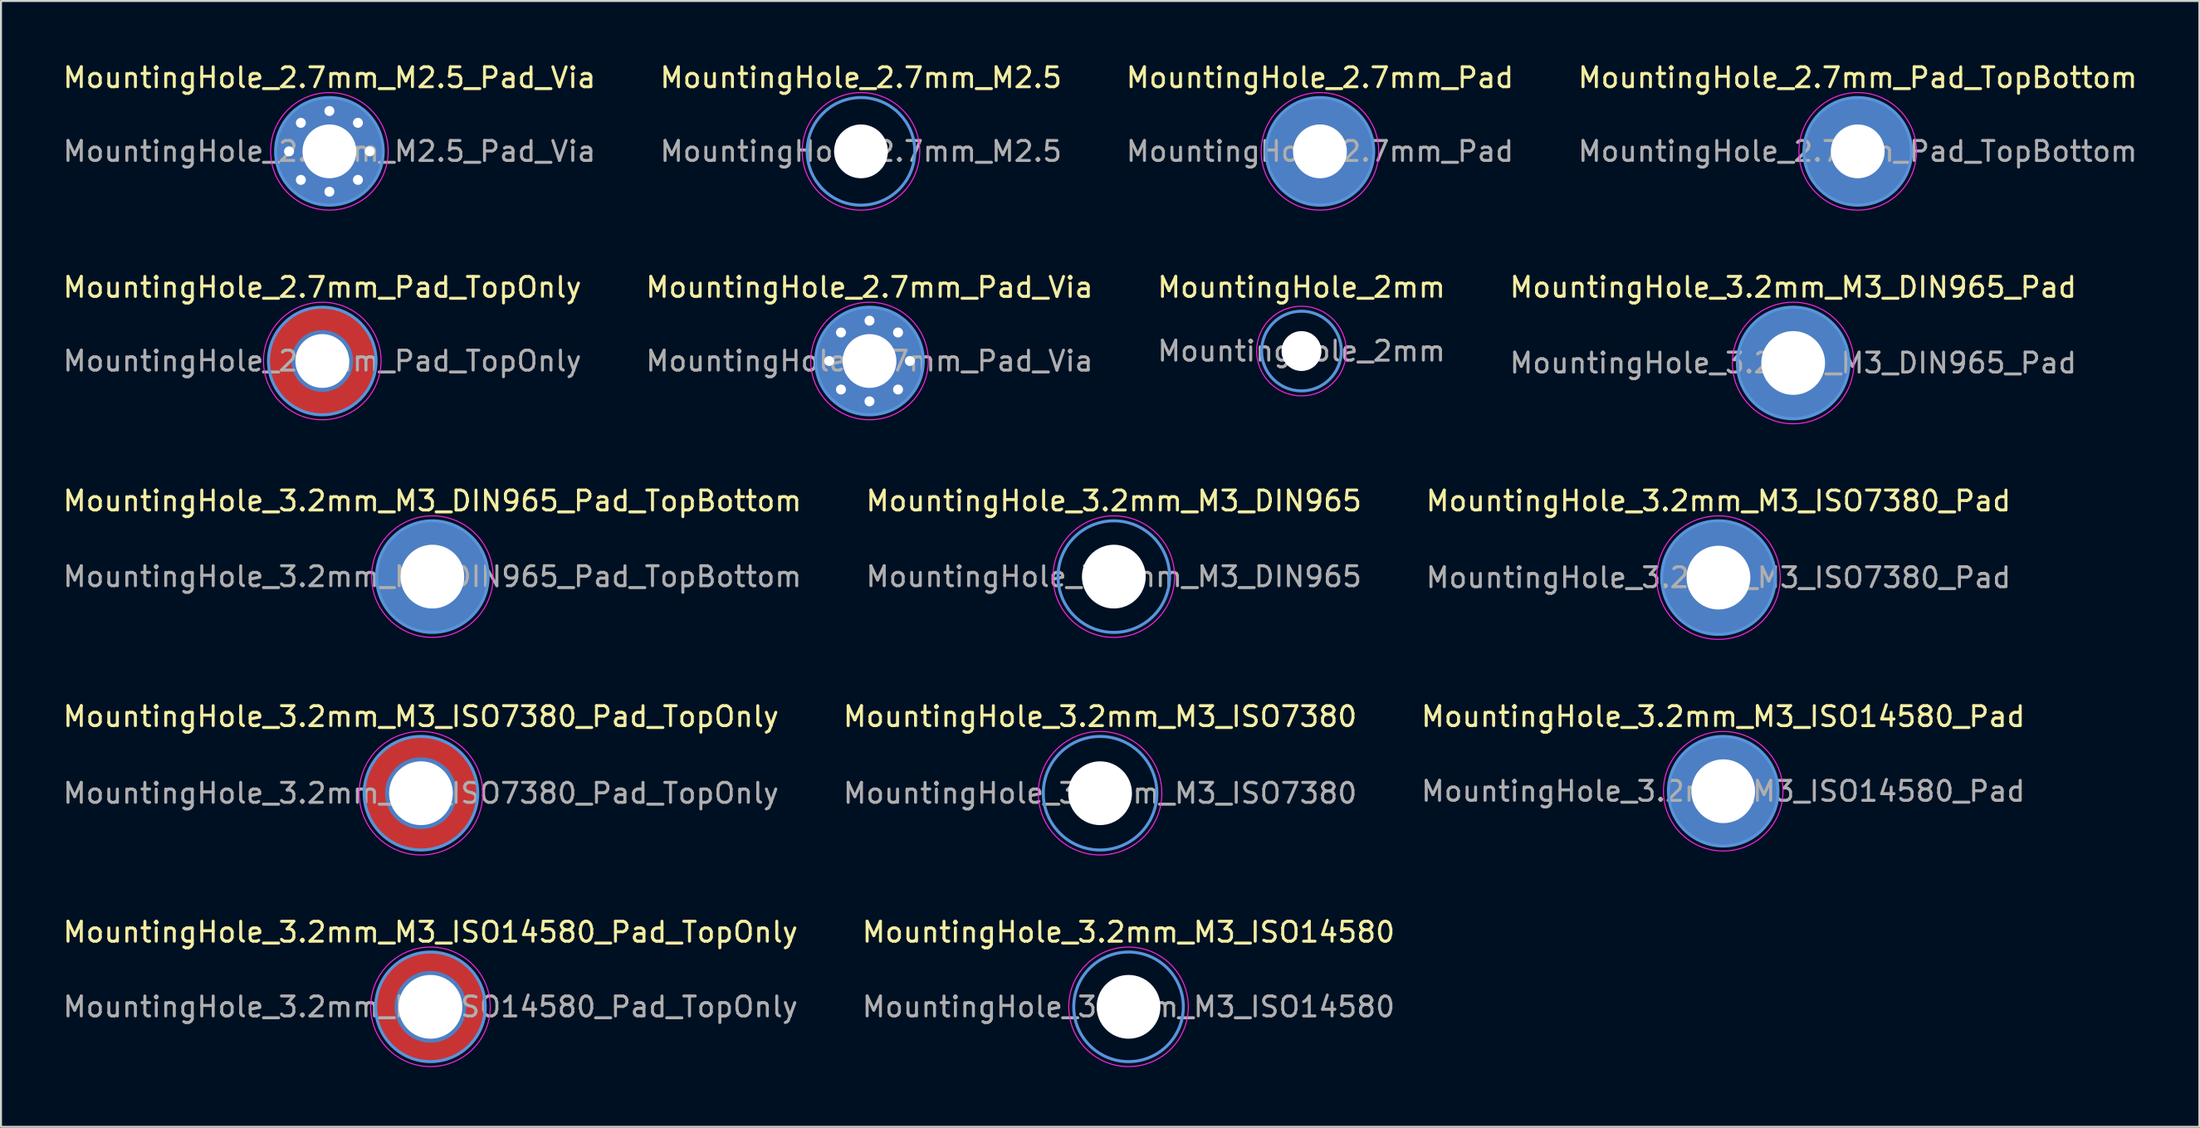
<source format=kicad_pcb>
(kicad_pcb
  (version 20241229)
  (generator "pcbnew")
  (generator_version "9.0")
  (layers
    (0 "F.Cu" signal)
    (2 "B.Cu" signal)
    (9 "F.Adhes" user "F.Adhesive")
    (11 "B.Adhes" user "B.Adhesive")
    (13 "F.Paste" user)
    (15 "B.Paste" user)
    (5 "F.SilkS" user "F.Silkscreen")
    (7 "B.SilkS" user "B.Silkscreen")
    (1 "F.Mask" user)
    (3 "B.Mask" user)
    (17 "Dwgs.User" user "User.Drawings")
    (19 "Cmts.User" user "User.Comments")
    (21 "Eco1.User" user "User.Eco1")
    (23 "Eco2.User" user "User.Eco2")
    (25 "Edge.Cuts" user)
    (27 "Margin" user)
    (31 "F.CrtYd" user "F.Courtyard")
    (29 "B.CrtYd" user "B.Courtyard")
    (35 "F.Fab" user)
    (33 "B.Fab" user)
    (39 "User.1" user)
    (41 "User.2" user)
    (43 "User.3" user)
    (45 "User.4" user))
  (footprint "MountingHole_3.2mm_M3_ISO7380_Pad_TopOnly"
    (layer "F.Cu")
    (at 18.077 36.768)
    (property "Reference" "MountingHole_3.2mm_M3_ISO7380_Pad_TopOnly" (at 0 -3.85 0) (layer "F.SilkS") (effects (font (size 1 1) (thickness 0.15))))
    (attr exclude_from_pos_files exclude_from_bom)
    (fp_circle (center 0 0) (end 2.85 0) (stroke (width 0.15) (type solid)) (fill no) (layer "Cmts.User"))
    (fp_circle (center 0 0) (end 3.1 0) (stroke (width 0.05) (type solid)) (fill no) (layer "F.CrtYd"))
    (fp_text user "${REFERENCE}" (at 0 0 0) (layer "F.Fab") (effects (font (size 1 1) (thickness 0.15))))
    (pad "1" thru_hole circle (at 0 0) (size 3.6 3.6) (drill 3.2) (layers "*.Cu" "*.Mask"))
    (pad "1" connect circle (at 0 0) (size 5.7 5.7) (layers "F.Cu" "F.Mask")))
  (footprint "MountingHole_2.7mm_Pad_Via"
    (layer "F.Cu")
    (at 40.589 15.072)
    (property "Reference" "MountingHole_2.7mm_Pad_Via" (at 0 -3.7 0) (layer "F.SilkS") (effects (font (size 1 1) (thickness 0.15))))
    (attr exclude_from_pos_files exclude_from_bom)
    (fp_circle (center 0 0) (end 2.7 0) (stroke (width 0.15) (type solid)) (fill no) (layer "Cmts.User"))
    (fp_circle (center 0 0) (end 2.95 0) (stroke (width 0.05) (type solid)) (fill no) (layer "F.CrtYd"))
    (fp_text user "${REFERENCE}" (at 0 0 0) (layer "F.Fab") (effects (font (size 1 1) (thickness 0.15))))
    (pad "1" thru_hole circle (at -2.025 0) (size 0.8 0.8) (drill 0.5) (layers "*.Cu" "*.Mask"))
    (pad "1" thru_hole circle (at -1.432 -1.432) (size 0.8 0.8) (drill 0.5) (layers "*.Cu" "*.Mask"))
    (pad "1" thru_hole circle (at -1.432 1.432) (size 0.8 0.8) (drill 0.5) (layers "*.Cu" "*.Mask"))
    (pad "1" thru_hole circle (at 0 -2.025) (size 0.8 0.8) (drill 0.5) (layers "*.Cu" "*.Mask"))
    (pad "1" thru_hole circle (at 0 0) (size 5.4 5.4) (drill 2.7) (layers "*.Cu" "*.Mask"))
    (pad "1" thru_hole circle (at 0 2.025) (size 0.8 0.8) (drill 0.5) (layers "*.Cu" "*.Mask"))
    (pad "1" thru_hole circle (at 1.432 -1.432) (size 0.8 0.8) (drill 0.5) (layers "*.Cu" "*.Mask"))
    (pad "1" thru_hole circle (at 1.432 1.432) (size 0.8 0.8) (drill 0.5) (layers "*.Cu" "*.Mask"))
    (pad "1" thru_hole circle (at 2.025 0) (size 0.8 0.8) (drill 0.5) (layers "*.Cu" "*.Mask")))
  (footprint "MountingHole_3.2mm_M3_DIN965_Pad_TopBottom"
    (layer "F.Cu")
    (at 18.649 25.895)
    (property "Reference" "MountingHole_3.2mm_M3_DIN965_Pad_TopBottom" (at 0 -3.8 0) (layer "F.SilkS") (effects (font (size 1 1) (thickness 0.15))))
    (attr exclude_from_pos_files exclude_from_bom)
    (fp_circle (center 0 0) (end 2.8 0) (stroke (width 0.15) (type solid)) (fill no) (layer "Cmts.User"))
    (fp_circle (center 0 0) (end 3.05 0) (stroke (width 0.05) (type solid)) (fill no) (layer "F.CrtYd"))
    (fp_text user "${REFERENCE}" (at 0 0 0) (layer "F.Fab") (effects (font (size 1 1) (thickness 0.15))))
    (pad "1" thru_hole circle (at 0 0) (size 3.6 3.6) (drill 3.2) (layers "*.Cu" "*.Mask"))
    (pad "1" connect circle (at 0 0) (size 5.6 5.6) (layers "F.Cu" "F.Mask"))
    (pad "1" connect circle (at 0 0) (size 5.6 5.6) (layers "B.Cu" "B.Mask")))
  (footprint "MountingHole_3.2mm_M3_ISO14580_Pad"
    (layer "F.Cu")
    (at 83.435 36.668)
    (property "Reference" "MountingHole_3.2mm_M3_ISO14580_Pad" (at 0 -3.75 0) (layer "F.SilkS") (effects (font (size 1 1) (thickness 0.15))))
    (attr exclude_from_pos_files exclude_from_bom)
    (fp_circle (center 0 0) (end 2.75 0) (stroke (width 0.15) (type solid)) (fill no) (layer "Cmts.User"))
    (fp_circle (center 0 0) (end 3 0) (stroke (width 0.05) (type solid)) (fill no) (layer "F.CrtYd"))
    (fp_text user "${REFERENCE}" (at 0 0 0) (layer "F.Fab") (effects (font (size 1 1) (thickness 0.15))))
    (pad "1" thru_hole circle (at 0 0) (size 5.5 5.5) (drill 3.2) (layers "*.Cu" "*.Mask")))
  (footprint "MountingHole_3.2mm_M3_ISO7380"
    (layer "F.Cu")
    (at 52.161 36.768)
    (property "Reference" "MountingHole_3.2mm_M3_ISO7380" (at 0 -3.85 0) (layer "F.SilkS") (effects (font (size 1 1) (thickness 0.15))))
    (attr exclude_from_pos_files exclude_from_bom)
    (fp_circle (center 0 0) (end 2.85 0) (stroke (width 0.15) (type solid)) (fill no) (layer "Cmts.User"))
    (fp_circle (center 0 0) (end 3.1 0) (stroke (width 0.05) (type solid)) (fill no) (layer "F.CrtYd"))
    (fp_text user "${REFERENCE}" (at 0 0 0) (layer "F.Fab") (effects (font (size 1 1) (thickness 0.15))))
    (pad "" np_thru_hole circle (at 0 0) (size 3.2 3.2) (drill 3.2) (layers "*.Cu" "*.Mask")))
  (footprint "MountingHole_2.7mm_M2.5"
    (layer "F.Cu")
    (at 40.161 4.548)
    (property "Reference" "MountingHole_2.7mm_M2.5" (at 0 -3.7 0) (layer "F.SilkS") (effects (font (size 1 1) (thickness 0.15))))
    (attr exclude_from_pos_files exclude_from_bom)
    (fp_circle (center 0 0) (end 2.7 0) (stroke (width 0.15) (type solid)) (fill no) (layer "Cmts.User"))
    (fp_circle (center 0 0) (end 2.95 0) (stroke (width 0.05) (type solid)) (fill no) (layer "F.CrtYd"))
    (fp_text user "${REFERENCE}" (at 0 0 0) (layer "F.Fab") (effects (font (size 1 1) (thickness 0.15))))
    (pad "" np_thru_hole circle (at 0 0) (size 2.7 2.7) (drill 2.7) (layers "*.Cu" "*.Mask")))
  (footprint "MountingHole_2.7mm_Pad_TopOnly"
    (layer "F.Cu")
    (at 13.125 15.072)
    (property "Reference" "MountingHole_2.7mm_Pad_TopOnly" (at 0 -3.7 0) (layer "F.SilkS") (effects (font (size 1 1) (thickness 0.15))))
    (attr exclude_from_pos_files exclude_from_bom)
    (fp_circle (center 0 0) (end 2.7 0) (stroke (width 0.15) (type solid)) (fill no) (layer "Cmts.User"))
    (fp_circle (center 0 0) (end 2.95 0) (stroke (width 0.05) (type solid)) (fill no) (layer "F.CrtYd"))
    (fp_text user "${REFERENCE}" (at 0 0 0) (layer "F.Fab") (effects (font (size 1 1) (thickness 0.15))))
    (pad "1" thru_hole circle (at 0 0) (size 3.1 3.1) (drill 2.7) (layers "*.Cu" "*.Mask"))
    (pad "1" connect circle (at 0 0) (size 5.4 5.4) (layers "F.Cu" "F.Mask")))
  (footprint "MountingHole_3.2mm_M3_ISO14580_Pad_TopOnly"
    (layer "F.Cu")
    (at 18.554 47.491)
    (property "Reference" "MountingHole_3.2mm_M3_ISO14580_Pad_TopOnly" (at 0 -3.75 0) (layer "F.SilkS") (effects (font (size 1 1) (thickness 0.15))))
    (attr exclude_from_pos_files exclude_from_bom)
    (fp_circle (center 0 0) (end 2.75 0) (stroke (width 0.15) (type solid)) (fill no) (layer "Cmts.User"))
    (fp_circle (center 0 0) (end 3 0) (stroke (width 0.05) (type solid)) (fill no) (layer "F.CrtYd"))
    (fp_text user "${REFERENCE}" (at 0 0 0) (layer "F.Fab") (effects (font (size 1 1) (thickness 0.15))))
    (pad "1" thru_hole circle (at 0 0) (size 3.6 3.6) (drill 3.2) (layers "*.Cu" "*.Mask"))
    (pad "1" connect circle (at 0 0) (size 5.5 5.5) (layers "F.Cu" "F.Mask")))
  (footprint "MountingHole_2.7mm_Pad_TopBottom"
    (layer "F.Cu")
    (at 90.185 4.548)
    (property "Reference" "MountingHole_2.7mm_Pad_TopBottom" (at 0 -3.7 0) (layer "F.SilkS") (effects (font (size 1 1) (thickness 0.15))))
    (attr exclude_from_pos_files exclude_from_bom)
    (fp_circle (center 0 0) (end 2.7 0) (stroke (width 0.15) (type solid)) (fill no) (layer "Cmts.User"))
    (fp_circle (center 0 0) (end 2.95 0) (stroke (width 0.05) (type solid)) (fill no) (layer "F.CrtYd"))
    (fp_text user "${REFERENCE}" (at 0 0 0) (layer "F.Fab") (effects (font (size 1 1) (thickness 0.15))))
    (pad "1" thru_hole circle (at 0 0) (size 3.1 3.1) (drill 2.7) (layers "*.Cu" "*.Mask"))
    (pad "1" connect circle (at 0 0) (size 5.4 5.4) (layers "F.Cu" "F.Mask"))
    (pad "1" connect circle (at 0 0) (size 5.4 5.4) (layers "B.Cu" "B.Mask")))
  (footprint "MountingHole_3.2mm_M3_DIN965_Pad"
    (layer "F.Cu")
    (at 86.946 15.171)
    (property "Reference" "MountingHole_3.2mm_M3_DIN965_Pad" (at 0 -3.8 0) (layer "F.SilkS") (effects (font (size 1 1) (thickness 0.15))))
    (attr exclude_from_pos_files exclude_from_bom)
    (fp_circle (center 0 0) (end 2.8 0) (stroke (width 0.15) (type solid)) (fill no) (layer "Cmts.User"))
    (fp_circle (center 0 0) (end 3.05 0) (stroke (width 0.05) (type solid)) (fill no) (layer "F.CrtYd"))
    (fp_text user "${REFERENCE}" (at 0 0 0) (layer "F.Fab") (effects (font (size 1 1) (thickness 0.15))))
    (pad "1" thru_hole circle (at 0 0) (size 5.6 5.6) (drill 3.2) (layers "*.Cu" "*.Mask")))
  (footprint "MountingHole_3.2mm_M3_DIN965"
    (layer "F.Cu")
    (at 52.851 25.895)
    (property "Reference" "MountingHole_3.2mm_M3_DIN965" (at 0 -3.8 0) (layer "F.SilkS") (effects (font (size 1 1) (thickness 0.15))))
    (attr exclude_from_pos_files exclude_from_bom)
    (fp_circle (center 0 0) (end 2.8 0) (stroke (width 0.15) (type solid)) (fill no) (layer "Cmts.User"))
    (fp_circle (center 0 0) (end 3.05 0) (stroke (width 0.05) (type solid)) (fill no) (layer "F.CrtYd"))
    (fp_text user "${REFERENCE}" (at 0 0 0) (layer "F.Fab") (effects (font (size 1 1) (thickness 0.15))))
    (pad "" np_thru_hole circle (at 0 0) (size 3.2 3.2) (drill 3.2) (layers "*.Cu" "*.Mask")))
  (footprint "MountingHole_2.7mm_M2.5_Pad_Via"
    (layer "F.Cu")
    (at 13.482 4.548)
    (property "Reference" "MountingHole_2.7mm_M2.5_Pad_Via" (at 0 -3.7 0) (layer "F.SilkS") (effects (font (size 1 1) (thickness 0.15))))
    (attr exclude_from_pos_files exclude_from_bom)
    (fp_circle (center 0 0) (end 2.7 0) (stroke (width 0.15) (type solid)) (fill no) (layer "Cmts.User"))
    (fp_circle (center 0 0) (end 2.95 0) (stroke (width 0.05) (type solid)) (fill no) (layer "F.CrtYd"))
    (fp_text user "${REFERENCE}" (at 0 0 0) (layer "F.Fab") (effects (font (size 1 1) (thickness 0.15))))
    (pad "1" thru_hole circle (at -2.025 0) (size 0.8 0.8) (drill 0.5) (layers "*.Cu" "*.Mask"))
    (pad "1" thru_hole circle (at -1.432 -1.432) (size 0.8 0.8) (drill 0.5) (layers "*.Cu" "*.Mask"))
    (pad "1" thru_hole circle (at -1.432 1.432) (size 0.8 0.8) (drill 0.5) (layers "*.Cu" "*.Mask"))
    (pad "1" thru_hole circle (at 0 -2.025) (size 0.8 0.8) (drill 0.5) (layers "*.Cu" "*.Mask"))
    (pad "1" thru_hole circle (at 0 0) (size 5.4 5.4) (drill 2.7) (layers "*.Cu" "*.Mask"))
    (pad "1" thru_hole circle (at 0 2.025) (size 0.8 0.8) (drill 0.5) (layers "*.Cu" "*.Mask"))
    (pad "1" thru_hole circle (at 1.432 -1.432) (size 0.8 0.8) (drill 0.5) (layers "*.Cu" "*.Mask"))
    (pad "1" thru_hole circle (at 1.432 1.432) (size 0.8 0.8) (drill 0.5) (layers "*.Cu" "*.Mask"))
    (pad "1" thru_hole circle (at 2.025 0) (size 0.8 0.8) (drill 0.5) (layers "*.Cu" "*.Mask")))
  (footprint "MountingHole_2mm"
    (layer "F.Cu")
    (at 62.268 14.572)
    (property "Reference" "MountingHole_2mm" (at 0 -3.2 0) (layer "F.SilkS") (effects (font (size 1 1) (thickness 0.15))))
    (attr exclude_from_pos_files exclude_from_bom)
    (fp_circle (center 0 0) (end 2 0) (stroke (width 0.15) (type solid)) (fill no) (layer "Cmts.User"))
    (fp_circle (center 0 0) (end 2.25 0) (stroke (width 0.05) (type solid)) (fill no) (layer "F.CrtYd"))
    (fp_text user "${REFERENCE}" (at 0 0 0) (layer "F.Fab") (effects (font (size 1 1) (thickness 0.15))))
    (pad "" np_thru_hole circle (at 0 0) (size 2 2) (drill 2) (layers "*.Cu" "*.Mask")))
  (footprint "MountingHole_2.7mm_Pad"
    (layer "F.Cu")
    (at 63.196 4.548)
    (property "Reference" "MountingHole_2.7mm_Pad" (at 0 -3.7 0) (layer "F.SilkS") (effects (font (size 1 1) (thickness 0.15))))
    (attr exclude_from_pos_files exclude_from_bom)
    (fp_circle (center 0 0) (end 2.7 0) (stroke (width 0.15) (type solid)) (fill no) (layer "Cmts.User"))
    (fp_circle (center 0 0) (end 2.95 0) (stroke (width 0.05) (type solid)) (fill no) (layer "F.CrtYd"))
    (fp_text user "${REFERENCE}" (at 0 0 0) (layer "F.Fab") (effects (font (size 1 1) (thickness 0.15))))
    (pad "1" thru_hole circle (at 0 0) (size 5.4 5.4) (drill 2.7) (layers "*.Cu" "*.Mask")))
  (footprint "MountingHole_3.2mm_M3_ISO14580"
    (layer "F.Cu")
    (at 53.589 47.491)
    (property "Reference" "MountingHole_3.2mm_M3_ISO14580" (at 0 -3.75 0) (layer "F.SilkS") (effects (font (size 1 1) (thickness 0.15))))
    (attr exclude_from_pos_files exclude_from_bom)
    (fp_circle (center 0 0) (end 2.75 0) (stroke (width 0.15) (type solid)) (fill no) (layer "Cmts.User"))
    (fp_circle (center 0 0) (end 3 0) (stroke (width 0.05) (type solid)) (fill no) (layer "F.CrtYd"))
    (fp_text user "${REFERENCE}" (at 0 0 0) (layer "F.Fab") (effects (font (size 1 1) (thickness 0.15))))
    (pad "" np_thru_hole circle (at 0 0) (size 3.2 3.2) (drill 3.2) (layers "*.Cu" "*.Mask")))
  (footprint "MountingHole_3.2mm_M3_ISO7380_Pad"
    (layer "F.Cu")
    (at 83.196 25.945)
    (property "Reference" "MountingHole_3.2mm_M3_ISO7380_Pad" (at 0 -3.85 0) (layer "F.SilkS") (effects (font (size 1 1) (thickness 0.15))))
    (attr exclude_from_pos_files exclude_from_bom)
    (fp_circle (center 0 0) (end 2.85 0) (stroke (width 0.15) (type solid)) (fill no) (layer "Cmts.User"))
    (fp_circle (center 0 0) (end 3.1 0) (stroke (width 0.05) (type solid)) (fill no) (layer "F.CrtYd"))
    (fp_text user "${REFERENCE}" (at 0 0 0) (layer "F.Fab") (effects (font (size 1 1) (thickness 0.15))))
    (pad "1" thru_hole circle (at 0 0) (size 5.7 5.7) (drill 3.2) (layers "*.Cu" "*.Mask")))
  (gr_rect
    (start -3 -3)
    (end 107.333 53.516)
    (stroke (width 0.1) (type default))
    (fill no)
    (layer "Edge.Cuts")))
</source>
